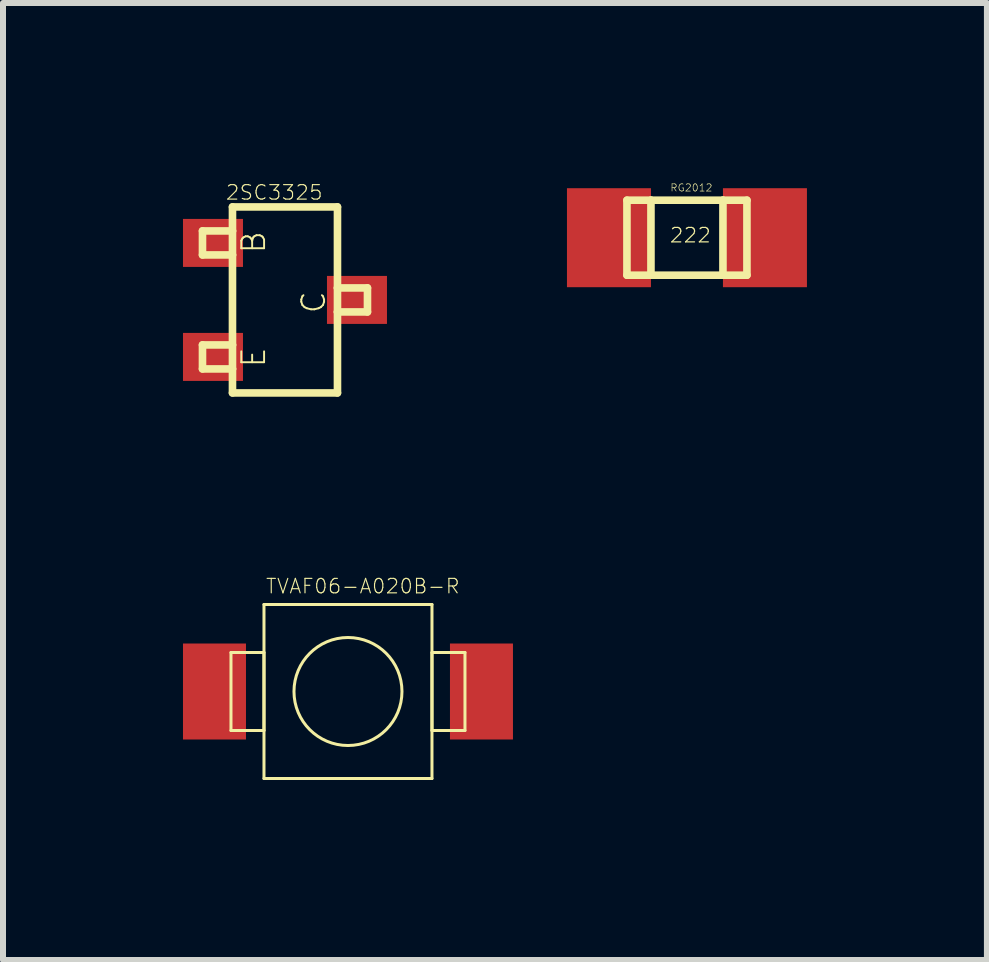
<source format=kicad_pcb>
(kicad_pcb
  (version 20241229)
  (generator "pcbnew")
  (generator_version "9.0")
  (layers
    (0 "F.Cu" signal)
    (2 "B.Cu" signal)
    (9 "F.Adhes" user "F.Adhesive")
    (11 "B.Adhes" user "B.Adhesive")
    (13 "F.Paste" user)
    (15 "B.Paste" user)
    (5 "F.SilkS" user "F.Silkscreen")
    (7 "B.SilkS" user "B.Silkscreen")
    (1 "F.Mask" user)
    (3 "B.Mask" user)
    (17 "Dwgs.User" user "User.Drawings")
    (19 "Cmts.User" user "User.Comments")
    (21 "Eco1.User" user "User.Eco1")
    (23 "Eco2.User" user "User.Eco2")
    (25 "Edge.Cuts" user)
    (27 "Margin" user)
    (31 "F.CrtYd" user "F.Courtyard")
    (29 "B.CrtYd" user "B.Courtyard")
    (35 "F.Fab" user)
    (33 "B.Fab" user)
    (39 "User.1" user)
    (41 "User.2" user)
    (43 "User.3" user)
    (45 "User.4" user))
  (footprint "2SC3325"
    (layer "F.Cu")
    (at 0.5 2.899)
    (property "Reference" "2SC3325" (at 0.2 -2.6 0) (layer "F.SilkS") (effects (font (size 0.241 0.241) (thickness 0.019)) (justify left bottom)))
    (attr through_hole)
    (fp_line (start -0.175 -2.1) (end -0.175 -1.7) (stroke (width 0.127) (type solid)) (layer "F.SilkS"))
    (fp_line (start -0.175 -1.7) (end 0.325 -1.7) (stroke (width 0.127) (type solid)) (layer "F.SilkS"))
    (fp_line (start -0.175 -0.2) (end -0.175 0.2) (stroke (width 0.127) (type solid)) (layer "F.SilkS"))
    (fp_line (start -0.175 0.2) (end 0.325 0.2) (stroke (width 0.127) (type solid)) (layer "F.SilkS"))
    (fp_line (start 0.325 -2.5) (end 0.325 -2.1) (stroke (width 0.127) (type solid)) (layer "F.SilkS"))
    (fp_line (start 0.325 -2.1) (end -0.175 -2.1) (stroke (width 0.127) (type solid)) (layer "F.SilkS"))
    (fp_line (start 0.325 -1.7) (end 0.325 -2.1) (stroke (width 0.127) (type solid)) (layer "F.SilkS"))
    (fp_line (start 0.325 -1.7) (end 0.325 -0.2) (stroke (width 0.127) (type solid)) (layer "F.SilkS"))
    (fp_line (start 0.325 -0.2) (end -0.175 -0.2) (stroke (width 0.127) (type solid)) (layer "F.SilkS"))
    (fp_line (start 0.325 0.2) (end 0.325 -0.2) (stroke (width 0.127) (type solid)) (layer "F.SilkS"))
    (fp_line (start 0.325 0.2) (end 0.325 0.6) (stroke (width 0.127) (type solid)) (layer "F.SilkS"))
    (fp_line (start 0.325 0.6) (end 2.075 0.6) (stroke (width 0.127) (type solid)) (layer "F.SilkS"))
    (fp_line (start 2.075 -2.5) (end 0.325 -2.5) (stroke (width 0.127) (type solid)) (layer "F.SilkS"))
    (fp_line (start 2.075 -1.15) (end 2.075 -2.5) (stroke (width 0.127) (type solid)) (layer "F.SilkS"))
    (fp_line (start 2.075 -1.15) (end 2.075 -0.75) (stroke (width 0.127) (type solid)) (layer "F.SilkS"))
    (fp_line (start 2.075 -0.75) (end 2.575 -0.75) (stroke (width 0.127) (type solid)) (layer "F.SilkS"))
    (fp_line (start 2.075 0.6) (end 2.075 -0.75) (stroke (width 0.127) (type solid)) (layer "F.SilkS"))
    (fp_line (start 2.575 -1.15) (end 2.075 -1.15) (stroke (width 0.127) (type solid)) (layer "F.SilkS"))
    (fp_line (start 2.575 -0.75) (end 2.575 -1.15) (stroke (width 0.127) (type solid)) (layer "F.SilkS"))
    (fp_text user "B" (at 0.9 -1.7 90) (layer "F.SilkS") (effects (font (size 0.38 0.38) (thickness 0.032)) (justify left bottom)))
    (fp_text user "C" (at 1.9 -0.7 90) (layer "F.SilkS") (effects (font (size 0.38 0.38) (thickness 0.032)) (justify left bottom)))
    (fp_text user "E" (at 0.9 0.2 90) (layer "F.SilkS") (effects (font (size 0.38 0.38) (thickness 0.032)) (justify left bottom)))
    (pad "B" smd rect (at 0 -1.9) (size 1 0.8) (layers "F.Cu" "F.Mask" "F.Paste"))
    (pad "C" smd rect (at 2.4 -0.95) (size 1 0.8) (layers "F.Cu" "F.Mask" "F.Paste"))
    (pad "E" smd rect (at 0 0) (size 1 0.8) (layers "F.Cu" "F.Mask" "F.Paste")))
  (footprint "RG2012"
    (layer "F.Cu")
    (at 7.1 0.912)
    (property "Reference" "RG2012" (at 1.016 -0.762 180) (layer "F.SilkS") (effects (font (size 0.121 0.121) (thickness 0.01)) (justify left bottom)))
    (attr through_hole)
    (fp_line (start 0.3 -0.625) (end 0.3 0.625) (stroke (width 0.127) (type solid)) (layer "F.SilkS"))
    (fp_line (start 0.3 0.625) (end 0.7 0.625) (stroke (width 0.127) (type solid)) (layer "F.SilkS"))
    (fp_line (start 0.7 -0.625) (end 0.3 -0.625) (stroke (width 0.127) (type solid)) (layer "F.SilkS"))
    (fp_line (start 0.7 -0.625) (end 0.7 0.625) (stroke (width 0.127) (type solid)) (layer "F.SilkS"))
    (fp_line (start 0.7 0.625) (end 1.9 0.625) (stroke (width 0.127) (type solid)) (layer "F.SilkS"))
    (fp_line (start 1.9 -0.625) (end 0.7 -0.625) (stroke (width 0.127) (type solid)) (layer "F.SilkS"))
    (fp_line (start 1.9 -0.625) (end 1.9 0.625) (stroke (width 0.127) (type solid)) (layer "F.SilkS"))
    (fp_line (start 1.9 0.625) (end 2.3 0.625) (stroke (width 0.127) (type solid)) (layer "F.SilkS"))
    (fp_line (start 2.3 -0.625) (end 1.9 -0.625) (stroke (width 0.127) (type solid)) (layer "F.SilkS"))
    (fp_line (start 2.3 0.625) (end 2.3 -0.625) (stroke (width 0.127) (type solid)) (layer "F.SilkS"))
    (fp_text user "222" (at 1 0.1 0) (layer "F.SilkS") (effects (font (size 0.241 0.241) (thickness 0.02)) (justify left bottom)))
    (pad "LEFT" smd rect (at 0 0) (size 1.4 1.65) (layers "F.Cu" "F.Mask" "F.Paste"))
    (pad "RIGHT" smd rect (at 2.6 0) (size 1.4 1.65) (layers "F.Cu" "F.Mask" "F.Paste")))
  (footprint "TVAF06-A020B-R"
    (layer "F.Cu")
    (at 0.525 8.476)
    (property "Reference" "TVAF06-A020B-R" (at 0.842 -1.614 180) (layer "F.SilkS") (effects (font (size 0.241 0.241) (thickness 0.019)) (justify left bottom)))
    (attr through_hole)
    (fp_line (start 0.275 -0.65) (end 0.275 0.65) (stroke (width 0.05) (type solid)) (layer "F.SilkS"))
    (fp_line (start 0.275 0.65) (end 0.825 0.65) (stroke (width 0.05) (type solid)) (layer "F.SilkS"))
    (fp_line (start 0.825 -1.45) (end 0.825 1.45) (stroke (width 0.05) (type solid)) (layer "F.SilkS"))
    (fp_line (start 0.825 -1.45) (end 3.625 -1.45) (stroke (width 0.05) (type solid)) (layer "F.SilkS"))
    (fp_line (start 0.825 -0.65) (end 0.275 -0.65) (stroke (width 0.05) (type solid)) (layer "F.SilkS"))
    (fp_line (start 0.825 0.65) (end 0.825 -0.65) (stroke (width 0.05) (type solid)) (layer "F.SilkS"))
    (fp_line (start 0.825 1.45) (end 3.625 1.45) (stroke (width 0.05) (type solid)) (layer "F.SilkS"))
    (fp_line (start 3.625 -1.45) (end 3.625 1.45) (stroke (width 0.05) (type solid)) (layer "F.SilkS"))
    (fp_line (start 3.625 -0.65) (end 3.625 0.65) (stroke (width 0.05) (type solid)) (layer "F.SilkS"))
    (fp_line (start 3.625 0.65) (end 4.175 0.65) (stroke (width 0.05) (type solid)) (layer "F.SilkS"))
    (fp_line (start 4.175 -0.65) (end 3.625 -0.65) (stroke (width 0.05) (type solid)) (layer "F.SilkS"))
    (fp_line (start 4.175 0.65) (end 4.175 -0.65) (stroke (width 0.05) (type solid)) (layer "F.SilkS"))
    (fp_circle (center 2.225 0) (end 3.125 0) (stroke (width 0.05) (type solid)) (fill no) (layer "F.SilkS"))
    (pad "LEFT" smd rect (at 0 0) (size 1.05 1.6) (layers "F.Cu" "F.Mask" "F.Paste"))
    (pad "RIGHT" smd rect (at 4.45 0) (size 1.05 1.6) (layers "F.Cu" "F.Mask" "F.Paste")))
  (gr_rect
    (start -3 -3)
    (end 13.4 12.951)
    (stroke (width 0.1) (type default))
    (fill no)
    (layer "Edge.Cuts")))
</source>
